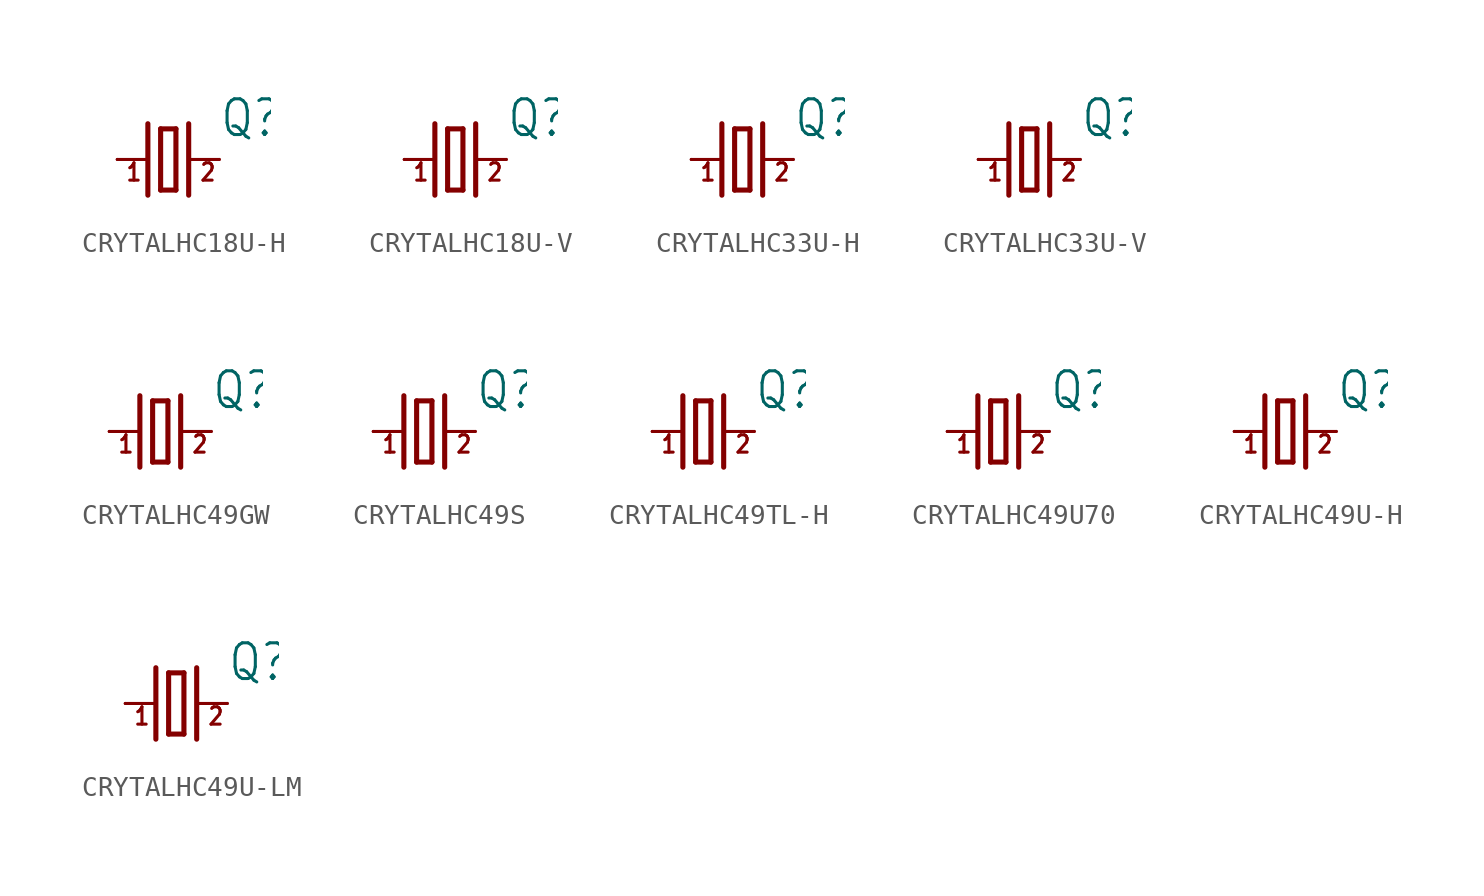
<source format=kicad_sym>
(kicad_symbol_lib
  (version 20241209)
  (generator "kicad_symbol_editor")
  (generator_version "9.0")
  (symbol "CRYTALHC18U-H"
    (property "Reference" "Q"
      (at 2.54 1.016 0)
      (effects (font (size 1.778 1.511)) (justify left bottom)))
    (property "Value" ""
      (at 2.54 -2.54 0)
      (effects (font (size 1.778 1.511)) (justify left bottom)))
    (property "ki_locked" ""
      (at 0 0 0)
      (effects (font (size 1.27 1.27))))
    (symbol "CRYTALHC18U-H_1_0"
      (polyline (pts (xy -2.54 0) (xy -1.016 0)) (stroke (width 0.152) (type solid)) (fill (type none)))
      (polyline (pts (xy -1.016 1.778) (xy -1.016 -1.778)) (stroke (width 0.254) (type solid)) (fill (type none)))
      (polyline (pts (xy -0.381 1.524) (xy -0.381 -1.524)) (stroke (width 0.254) (type solid)) (fill (type none)))
      (polyline (pts (xy -0.381 -1.524) (xy 0.381 -1.524)) (stroke (width 0.254) (type solid)) (fill (type none)))
      (polyline (pts (xy 0.381 1.524) (xy -0.381 1.524)) (stroke (width 0.254) (type solid)) (fill (type none)))
      (polyline (pts (xy 0.381 -1.524) (xy 0.381 1.524)) (stroke (width 0.254) (type solid)) (fill (type none)))
      (polyline (pts (xy 1.016 1.778) (xy 1.016 -1.778)) (stroke (width 0.254) (type solid)) (fill (type none)))
      (polyline (pts (xy 1.016 0) (xy 2.54 0)) (stroke (width 0.152) (type solid)) (fill (type none)))
      (text "1" (at -2.159 -1.143 0) (effects (font (size 0.864 0.734)) (justify left bottom)))
      (text "2" (at 1.524 -1.143 0) (effects (font (size 0.864 0.734)) (justify left bottom)))
      (pin passive line (at -2.54 0 0) (length 0) (name "1" (effects (font (size 0 0)))) (number "1" (effects (font (size 0 0)))))
      (pin passive line (at 2.54 0 180) (length 0) (name "2" (effects (font (size 0 0)))) (number "2" (effects (font (size 0 0)))))))
  (symbol "CRYTALHC18U-V"
    (property "Reference" "Q"
      (at 2.54 1.016 0)
      (effects (font (size 1.778 1.511)) (justify left bottom)))
    (property "Value" ""
      (at 2.54 -2.54 0)
      (effects (font (size 1.778 1.511)) (justify left bottom)))
    (property "ki_locked" ""
      (at 0 0 0)
      (effects (font (size 1.27 1.27))))
    (symbol "CRYTALHC18U-V_1_0"
      (polyline (pts (xy -2.54 0) (xy -1.016 0)) (stroke (width 0.152) (type solid)) (fill (type none)))
      (polyline (pts (xy -1.016 1.778) (xy -1.016 -1.778)) (stroke (width 0.254) (type solid)) (fill (type none)))
      (polyline (pts (xy -0.381 1.524) (xy -0.381 -1.524)) (stroke (width 0.254) (type solid)) (fill (type none)))
      (polyline (pts (xy -0.381 -1.524) (xy 0.381 -1.524)) (stroke (width 0.254) (type solid)) (fill (type none)))
      (polyline (pts (xy 0.381 1.524) (xy -0.381 1.524)) (stroke (width 0.254) (type solid)) (fill (type none)))
      (polyline (pts (xy 0.381 -1.524) (xy 0.381 1.524)) (stroke (width 0.254) (type solid)) (fill (type none)))
      (polyline (pts (xy 1.016 1.778) (xy 1.016 -1.778)) (stroke (width 0.254) (type solid)) (fill (type none)))
      (polyline (pts (xy 1.016 0) (xy 2.54 0)) (stroke (width 0.152) (type solid)) (fill (type none)))
      (text "1" (at -2.159 -1.143 0) (effects (font (size 0.864 0.734)) (justify left bottom)))
      (text "2" (at 1.524 -1.143 0) (effects (font (size 0.864 0.734)) (justify left bottom)))
      (pin passive line (at -2.54 0 0) (length 0) (name "1" (effects (font (size 0 0)))) (number "1" (effects (font (size 0 0)))))
      (pin passive line (at 2.54 0 180) (length 0) (name "2" (effects (font (size 0 0)))) (number "2" (effects (font (size 0 0)))))))
  (symbol "CRYTALHC33U-H"
    (property "Reference" "Q"
      (at 2.54 1.016 0)
      (effects (font (size 1.778 1.511)) (justify left bottom)))
    (property "Value" ""
      (at 2.54 -2.54 0)
      (effects (font (size 1.778 1.511)) (justify left bottom)))
    (property "ki_locked" ""
      (at 0 0 0)
      (effects (font (size 1.27 1.27))))
    (symbol "CRYTALHC33U-H_1_0"
      (polyline (pts (xy -2.54 0) (xy -1.016 0)) (stroke (width 0.152) (type solid)) (fill (type none)))
      (polyline (pts (xy -1.016 1.778) (xy -1.016 -1.778)) (stroke (width 0.254) (type solid)) (fill (type none)))
      (polyline (pts (xy -0.381 1.524) (xy -0.381 -1.524)) (stroke (width 0.254) (type solid)) (fill (type none)))
      (polyline (pts (xy -0.381 -1.524) (xy 0.381 -1.524)) (stroke (width 0.254) (type solid)) (fill (type none)))
      (polyline (pts (xy 0.381 1.524) (xy -0.381 1.524)) (stroke (width 0.254) (type solid)) (fill (type none)))
      (polyline (pts (xy 0.381 -1.524) (xy 0.381 1.524)) (stroke (width 0.254) (type solid)) (fill (type none)))
      (polyline (pts (xy 1.016 1.778) (xy 1.016 -1.778)) (stroke (width 0.254) (type solid)) (fill (type none)))
      (polyline (pts (xy 1.016 0) (xy 2.54 0)) (stroke (width 0.152) (type solid)) (fill (type none)))
      (text "1" (at -2.159 -1.143 0) (effects (font (size 0.864 0.734)) (justify left bottom)))
      (text "2" (at 1.524 -1.143 0) (effects (font (size 0.864 0.734)) (justify left bottom)))
      (pin passive line (at -2.54 0 0) (length 0) (name "1" (effects (font (size 0 0)))) (number "1" (effects (font (size 0 0)))))
      (pin passive line (at 2.54 0 180) (length 0) (name "2" (effects (font (size 0 0)))) (number "2" (effects (font (size 0 0)))))))
  (symbol "CRYTALHC33U-V"
    (property "Reference" "Q"
      (at 2.54 1.016 0)
      (effects (font (size 1.778 1.511)) (justify left bottom)))
    (property "Value" ""
      (at 2.54 -2.54 0)
      (effects (font (size 1.778 1.511)) (justify left bottom)))
    (property "ki_locked" ""
      (at 0 0 0)
      (effects (font (size 1.27 1.27))))
    (symbol "CRYTALHC33U-V_1_0"
      (polyline (pts (xy -2.54 0) (xy -1.016 0)) (stroke (width 0.152) (type solid)) (fill (type none)))
      (polyline (pts (xy -1.016 1.778) (xy -1.016 -1.778)) (stroke (width 0.254) (type solid)) (fill (type none)))
      (polyline (pts (xy -0.381 1.524) (xy -0.381 -1.524)) (stroke (width 0.254) (type solid)) (fill (type none)))
      (polyline (pts (xy -0.381 -1.524) (xy 0.381 -1.524)) (stroke (width 0.254) (type solid)) (fill (type none)))
      (polyline (pts (xy 0.381 1.524) (xy -0.381 1.524)) (stroke (width 0.254) (type solid)) (fill (type none)))
      (polyline (pts (xy 0.381 -1.524) (xy 0.381 1.524)) (stroke (width 0.254) (type solid)) (fill (type none)))
      (polyline (pts (xy 1.016 1.778) (xy 1.016 -1.778)) (stroke (width 0.254) (type solid)) (fill (type none)))
      (polyline (pts (xy 1.016 0) (xy 2.54 0)) (stroke (width 0.152) (type solid)) (fill (type none)))
      (text "1" (at -2.159 -1.143 0) (effects (font (size 0.864 0.734)) (justify left bottom)))
      (text "2" (at 1.524 -1.143 0) (effects (font (size 0.864 0.734)) (justify left bottom)))
      (pin passive line (at -2.54 0 0) (length 0) (name "1" (effects (font (size 0 0)))) (number "1" (effects (font (size 0 0)))))
      (pin passive line (at 2.54 0 180) (length 0) (name "2" (effects (font (size 0 0)))) (number "2" (effects (font (size 0 0)))))))
  (symbol "CRYTALHC49GW"
    (property "Reference" "Q"
      (at 2.54 1.016 0)
      (effects (font (size 1.778 1.511)) (justify left bottom)))
    (property "Value" ""
      (at 2.54 -2.54 0)
      (effects (font (size 1.778 1.511)) (justify left bottom)))
    (property "ki_locked" ""
      (at 0 0 0)
      (effects (font (size 1.27 1.27))))
    (symbol "CRYTALHC49GW_1_0"
      (polyline (pts (xy -2.54 0) (xy -1.016 0)) (stroke (width 0.152) (type solid)) (fill (type none)))
      (polyline (pts (xy -1.016 1.778) (xy -1.016 -1.778)) (stroke (width 0.254) (type solid)) (fill (type none)))
      (polyline (pts (xy -0.381 1.524) (xy -0.381 -1.524)) (stroke (width 0.254) (type solid)) (fill (type none)))
      (polyline (pts (xy -0.381 -1.524) (xy 0.381 -1.524)) (stroke (width 0.254) (type solid)) (fill (type none)))
      (polyline (pts (xy 0.381 1.524) (xy -0.381 1.524)) (stroke (width 0.254) (type solid)) (fill (type none)))
      (polyline (pts (xy 0.381 -1.524) (xy 0.381 1.524)) (stroke (width 0.254) (type solid)) (fill (type none)))
      (polyline (pts (xy 1.016 1.778) (xy 1.016 -1.778)) (stroke (width 0.254) (type solid)) (fill (type none)))
      (polyline (pts (xy 1.016 0) (xy 2.54 0)) (stroke (width 0.152) (type solid)) (fill (type none)))
      (text "1" (at -2.159 -1.143 0) (effects (font (size 0.864 0.734)) (justify left bottom)))
      (text "2" (at 1.524 -1.143 0) (effects (font (size 0.864 0.734)) (justify left bottom)))
      (pin passive line (at -2.54 0 0) (length 0) (name "1" (effects (font (size 0 0)))) (number "1" (effects (font (size 0 0)))))
      (pin passive line (at 2.54 0 180) (length 0) (name "2" (effects (font (size 0 0)))) (number "2" (effects (font (size 0 0)))))))
  (symbol "CRYTALHC49S"
    (property "Reference" "Q"
      (at 2.54 1.016 0)
      (effects (font (size 1.778 1.511)) (justify left bottom)))
    (property "Value" ""
      (at 2.54 -2.54 0)
      (effects (font (size 1.778 1.511)) (justify left bottom)))
    (property "ki_locked" ""
      (at 0 0 0)
      (effects (font (size 1.27 1.27))))
    (symbol "CRYTALHC49S_1_0"
      (polyline (pts (xy -2.54 0) (xy -1.016 0)) (stroke (width 0.152) (type solid)) (fill (type none)))
      (polyline (pts (xy -1.016 1.778) (xy -1.016 -1.778)) (stroke (width 0.254) (type solid)) (fill (type none)))
      (polyline (pts (xy -0.381 1.524) (xy -0.381 -1.524)) (stroke (width 0.254) (type solid)) (fill (type none)))
      (polyline (pts (xy -0.381 -1.524) (xy 0.381 -1.524)) (stroke (width 0.254) (type solid)) (fill (type none)))
      (polyline (pts (xy 0.381 1.524) (xy -0.381 1.524)) (stroke (width 0.254) (type solid)) (fill (type none)))
      (polyline (pts (xy 0.381 -1.524) (xy 0.381 1.524)) (stroke (width 0.254) (type solid)) (fill (type none)))
      (polyline (pts (xy 1.016 1.778) (xy 1.016 -1.778)) (stroke (width 0.254) (type solid)) (fill (type none)))
      (polyline (pts (xy 1.016 0) (xy 2.54 0)) (stroke (width 0.152) (type solid)) (fill (type none)))
      (text "1" (at -2.159 -1.143 0) (effects (font (size 0.864 0.734)) (justify left bottom)))
      (text "2" (at 1.524 -1.143 0) (effects (font (size 0.864 0.734)) (justify left bottom)))
      (pin passive line (at -2.54 0 0) (length 0) (name "1" (effects (font (size 0 0)))) (number "1" (effects (font (size 0 0)))))
      (pin passive line (at 2.54 0 180) (length 0) (name "2" (effects (font (size 0 0)))) (number "2" (effects (font (size 0 0)))))))
  (symbol "CRYTALHC49TL-H"
    (property "Reference" "Q"
      (at 2.54 1.016 0)
      (effects (font (size 1.778 1.511)) (justify left bottom)))
    (property "Value" ""
      (at 2.54 -2.54 0)
      (effects (font (size 1.778 1.511)) (justify left bottom)))
    (property "ki_locked" ""
      (at 0 0 0)
      (effects (font (size 1.27 1.27))))
    (symbol "CRYTALHC49TL-H_1_0"
      (polyline (pts (xy -2.54 0) (xy -1.016 0)) (stroke (width 0.152) (type solid)) (fill (type none)))
      (polyline (pts (xy -1.016 1.778) (xy -1.016 -1.778)) (stroke (width 0.254) (type solid)) (fill (type none)))
      (polyline (pts (xy -0.381 1.524) (xy -0.381 -1.524)) (stroke (width 0.254) (type solid)) (fill (type none)))
      (polyline (pts (xy -0.381 -1.524) (xy 0.381 -1.524)) (stroke (width 0.254) (type solid)) (fill (type none)))
      (polyline (pts (xy 0.381 1.524) (xy -0.381 1.524)) (stroke (width 0.254) (type solid)) (fill (type none)))
      (polyline (pts (xy 0.381 -1.524) (xy 0.381 1.524)) (stroke (width 0.254) (type solid)) (fill (type none)))
      (polyline (pts (xy 1.016 1.778) (xy 1.016 -1.778)) (stroke (width 0.254) (type solid)) (fill (type none)))
      (polyline (pts (xy 1.016 0) (xy 2.54 0)) (stroke (width 0.152) (type solid)) (fill (type none)))
      (text "1" (at -2.159 -1.143 0) (effects (font (size 0.864 0.734)) (justify left bottom)))
      (text "2" (at 1.524 -1.143 0) (effects (font (size 0.864 0.734)) (justify left bottom)))
      (pin passive line (at -2.54 0 0) (length 0) (name "1" (effects (font (size 0 0)))) (number "1" (effects (font (size 0 0)))))
      (pin passive line (at 2.54 0 180) (length 0) (name "2" (effects (font (size 0 0)))) (number "2" (effects (font (size 0 0)))))))
  (symbol "CRYTALHC49U70"
    (property "Reference" "Q"
      (at 2.54 1.016 0)
      (effects (font (size 1.778 1.511)) (justify left bottom)))
    (property "Value" ""
      (at 2.54 -2.54 0)
      (effects (font (size 1.778 1.511)) (justify left bottom)))
    (property "ki_locked" ""
      (at 0 0 0)
      (effects (font (size 1.27 1.27))))
    (symbol "CRYTALHC49U70_1_0"
      (polyline (pts (xy -2.54 0) (xy -1.016 0)) (stroke (width 0.152) (type solid)) (fill (type none)))
      (polyline (pts (xy -1.016 1.778) (xy -1.016 -1.778)) (stroke (width 0.254) (type solid)) (fill (type none)))
      (polyline (pts (xy -0.381 1.524) (xy -0.381 -1.524)) (stroke (width 0.254) (type solid)) (fill (type none)))
      (polyline (pts (xy -0.381 -1.524) (xy 0.381 -1.524)) (stroke (width 0.254) (type solid)) (fill (type none)))
      (polyline (pts (xy 0.381 1.524) (xy -0.381 1.524)) (stroke (width 0.254) (type solid)) (fill (type none)))
      (polyline (pts (xy 0.381 -1.524) (xy 0.381 1.524)) (stroke (width 0.254) (type solid)) (fill (type none)))
      (polyline (pts (xy 1.016 1.778) (xy 1.016 -1.778)) (stroke (width 0.254) (type solid)) (fill (type none)))
      (polyline (pts (xy 1.016 0) (xy 2.54 0)) (stroke (width 0.152) (type solid)) (fill (type none)))
      (text "1" (at -2.159 -1.143 0) (effects (font (size 0.864 0.734)) (justify left bottom)))
      (text "2" (at 1.524 -1.143 0) (effects (font (size 0.864 0.734)) (justify left bottom)))
      (pin passive line (at -2.54 0 0) (length 0) (name "1" (effects (font (size 0 0)))) (number "1" (effects (font (size 0 0)))))
      (pin passive line (at 2.54 0 180) (length 0) (name "2" (effects (font (size 0 0)))) (number "2" (effects (font (size 0 0)))))))
  (symbol "CRYTALHC49U-H"
    (property "Reference" "Q"
      (at 2.54 1.016 0)
      (effects (font (size 1.778 1.511)) (justify left bottom)))
    (property "Value" ""
      (at 2.54 -2.54 0)
      (effects (font (size 1.778 1.511)) (justify left bottom)))
    (property "ki_locked" ""
      (at 0 0 0)
      (effects (font (size 1.27 1.27))))
    (symbol "CRYTALHC49U-H_1_0"
      (polyline (pts (xy -2.54 0) (xy -1.016 0)) (stroke (width 0.152) (type solid)) (fill (type none)))
      (polyline (pts (xy -1.016 1.778) (xy -1.016 -1.778)) (stroke (width 0.254) (type solid)) (fill (type none)))
      (polyline (pts (xy -0.381 1.524) (xy -0.381 -1.524)) (stroke (width 0.254) (type solid)) (fill (type none)))
      (polyline (pts (xy -0.381 -1.524) (xy 0.381 -1.524)) (stroke (width 0.254) (type solid)) (fill (type none)))
      (polyline (pts (xy 0.381 1.524) (xy -0.381 1.524)) (stroke (width 0.254) (type solid)) (fill (type none)))
      (polyline (pts (xy 0.381 -1.524) (xy 0.381 1.524)) (stroke (width 0.254) (type solid)) (fill (type none)))
      (polyline (pts (xy 1.016 1.778) (xy 1.016 -1.778)) (stroke (width 0.254) (type solid)) (fill (type none)))
      (polyline (pts (xy 1.016 0) (xy 2.54 0)) (stroke (width 0.152) (type solid)) (fill (type none)))
      (text "1" (at -2.159 -1.143 0) (effects (font (size 0.864 0.734)) (justify left bottom)))
      (text "2" (at 1.524 -1.143 0) (effects (font (size 0.864 0.734)) (justify left bottom)))
      (pin passive line (at -2.54 0 0) (length 0) (name "1" (effects (font (size 0 0)))) (number "1" (effects (font (size 0 0)))))
      (pin passive line (at 2.54 0 180) (length 0) (name "2" (effects (font (size 0 0)))) (number "2" (effects (font (size 0 0)))))))
  (symbol "CRYTALHC49U-LM"
    (property "Reference" "Q"
      (at 2.54 1.016 0)
      (effects (font (size 1.778 1.511)) (justify left bottom)))
    (property "Value" ""
      (at 2.54 -2.54 0)
      (effects (font (size 1.778 1.511)) (justify left bottom)))
    (property "ki_locked" ""
      (at 0 0 0)
      (effects (font (size 1.27 1.27))))
    (symbol "CRYTALHC49U-LM_1_0"
      (polyline (pts (xy -2.54 0) (xy -1.016 0)) (stroke (width 0.152) (type solid)) (fill (type none)))
      (polyline (pts (xy -1.016 1.778) (xy -1.016 -1.778)) (stroke (width 0.254) (type solid)) (fill (type none)))
      (polyline (pts (xy -0.381 1.524) (xy -0.381 -1.524)) (stroke (width 0.254) (type solid)) (fill (type none)))
      (polyline (pts (xy -0.381 -1.524) (xy 0.381 -1.524)) (stroke (width 0.254) (type solid)) (fill (type none)))
      (polyline (pts (xy 0.381 1.524) (xy -0.381 1.524)) (stroke (width 0.254) (type solid)) (fill (type none)))
      (polyline (pts (xy 0.381 -1.524) (xy 0.381 1.524)) (stroke (width 0.254) (type solid)) (fill (type none)))
      (polyline (pts (xy 1.016 1.778) (xy 1.016 -1.778)) (stroke (width 0.254) (type solid)) (fill (type none)))
      (polyline (pts (xy 1.016 0) (xy 2.54 0)) (stroke (width 0.152) (type solid)) (fill (type none)))
      (text "1" (at -2.159 -1.143 0) (effects (font (size 0.864 0.734)) (justify left bottom)))
      (text "2" (at 1.524 -1.143 0) (effects (font (size 0.864 0.734)) (justify left bottom)))
      (pin passive line (at -2.54 0 0) (length 0) (name "1" (effects (font (size 0 0)))) (number "1" (effects (font (size 0 0)))))
      (pin passive line (at 2.54 0 180) (length 0) (name "2" (effects (font (size 0 0)))) (number "2" (effects (font (size 0 0))))))))
</source>
